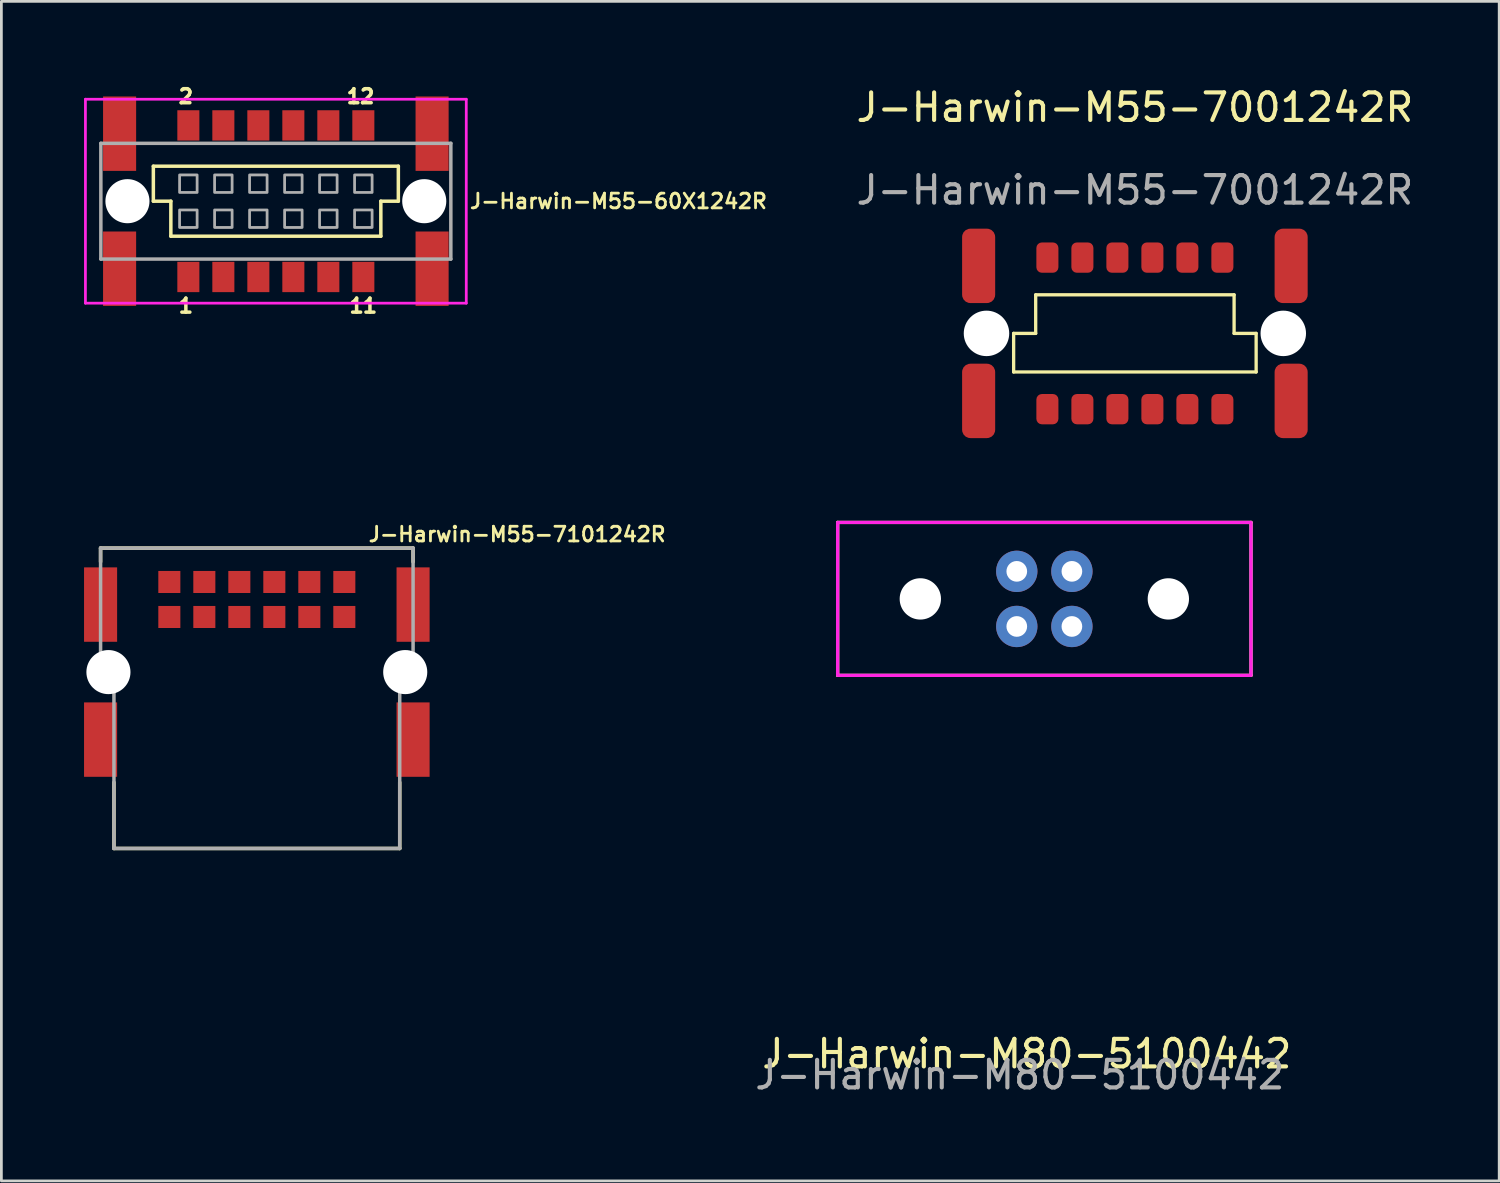
<source format=kicad_pcb>
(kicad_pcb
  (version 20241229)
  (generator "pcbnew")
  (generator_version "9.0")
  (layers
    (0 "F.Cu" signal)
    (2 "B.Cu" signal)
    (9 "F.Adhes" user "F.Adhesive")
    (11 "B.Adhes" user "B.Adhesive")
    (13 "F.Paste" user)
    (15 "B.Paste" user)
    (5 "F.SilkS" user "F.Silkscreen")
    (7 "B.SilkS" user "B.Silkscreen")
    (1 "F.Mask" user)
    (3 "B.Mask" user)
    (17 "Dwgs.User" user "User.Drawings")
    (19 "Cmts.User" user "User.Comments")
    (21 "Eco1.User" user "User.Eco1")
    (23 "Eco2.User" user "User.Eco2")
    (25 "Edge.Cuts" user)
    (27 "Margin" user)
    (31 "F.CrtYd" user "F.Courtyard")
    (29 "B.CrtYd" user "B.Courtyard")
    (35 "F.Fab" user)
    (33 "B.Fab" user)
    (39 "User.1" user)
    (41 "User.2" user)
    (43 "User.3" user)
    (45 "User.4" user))
  (footprint "J-Harwin-M55-7101242R"
    (layer "F.Cu")
    (at 6.27 21.339)
    (property "Reference" "J-Harwin-M55-7101242R" (at 4 -5 0) (layer "F.SilkS") (effects (font (size 0.533 0.533) (thickness 0.102)) (justify left)))
    (fp_line (start -5.67 -4.5) (end -5.67 -4) (stroke (width 0.127) (type solid)) (layer "F.SilkS"))
    (fp_line (start -5.185 6.4) (end -5.185 4) (stroke (width 0.127) (type solid)) (layer "F.SilkS"))
    (fp_line (start 5.185 6.4) (end -5.185 6.4) (stroke (width 0.127) (type solid)) (layer "F.SilkS"))
    (fp_line (start 5.185 6.4) (end 5.185 4) (stroke (width 0.127) (type solid)) (layer "F.SilkS"))
    (fp_line (start 5.67 -4.5) (end -5.67 -4.5) (stroke (width 0.127) (type solid)) (layer "F.SilkS"))
    (fp_line (start 5.67 -4) (end 5.67 -4.5) (stroke (width 0.127) (type solid)) (layer "F.SilkS"))
    (fp_line (start -5.67 -4.5) (end -5.67 0) (stroke (width 0.127) (type solid)) (layer "F.Fab"))
    (fp_line (start -5.67 0) (end -5.185 0) (stroke (width 0.127) (type solid)) (layer "F.Fab"))
    (fp_line (start -5.185 6.4) (end -5.185 0) (stroke (width 0.127) (type solid)) (layer "F.Fab"))
    (fp_line (start 5.185 0) (end 5.185 6.4) (stroke (width 0.127) (type solid)) (layer "F.Fab"))
    (fp_line (start 5.185 0) (end 5.67 0) (stroke (width 0.127) (type solid)) (layer "F.Fab"))
    (fp_line (start 5.185 6.4) (end -5.185 6.4) (stroke (width 0.127) (type solid)) (layer "F.Fab"))
    (fp_line (start 5.67 -4.5) (end -5.67 -4.5) (stroke (width 0.127) (type solid)) (layer "F.Fab"))
    (fp_line (start 5.67 0) (end 5.67 -4.5) (stroke (width 0.127) (type solid)) (layer "F.Fab"))
    (pad "" np_thru_hole circle (at -5.385 0) (size 1.6 1.6) (drill 1.6) (layers "*.Cu" "*.Mask"))
    (pad "" np_thru_hole circle (at 5.385 0) (size 1.6 1.6) (drill 1.6) (layers "*.Cu" "*.Mask"))
    (pad "1" smd rect (at 3.175 -2) (size 0.8 0.8) (layers "F.Cu" "F.Mask" "F.Paste"))
    (pad "2" smd rect (at 3.175 -3.27) (size 0.8 0.8) (layers "F.Cu" "F.Mask" "F.Paste"))
    (pad "3" smd rect (at 1.905 -2) (size 0.8 0.8) (layers "F.Cu" "F.Mask" "F.Paste"))
    (pad "4" smd rect (at 1.905 -3.27) (size 0.8 0.8) (layers "F.Cu" "F.Mask" "F.Paste"))
    (pad "5" smd rect (at 0.635 -2) (size 0.8 0.8) (layers "F.Cu" "F.Mask" "F.Paste"))
    (pad "6" smd rect (at 0.635 -3.27) (size 0.8 0.8) (layers "F.Cu" "F.Mask" "F.Paste"))
    (pad "7" smd rect (at -0.635 -2) (size 0.8 0.8) (layers "F.Cu" "F.Mask" "F.Paste"))
    (pad "8" smd rect (at -0.635 -3.27) (size 0.8 0.8) (layers "F.Cu" "F.Mask" "F.Paste"))
    (pad "9" smd rect (at -1.905 -2) (size 0.8 0.8) (layers "F.Cu" "F.Mask" "F.Paste"))
    (pad "10" smd rect (at -1.905 -3.27) (size 0.8 0.8) (layers "F.Cu" "F.Mask" "F.Paste"))
    (pad "11" smd rect (at -3.175 -2) (size 0.8 0.8) (layers "F.Cu" "F.Mask" "F.Paste"))
    (pad "12" smd rect (at -3.175 -3.27) (size 0.8 0.8) (layers "F.Cu" "F.Mask" "F.Paste"))
    (pad "SH" smd rect (at -5.67 -2.45) (size 1.2 2.7) (layers "F.Cu" "F.Mask" "F.Paste"))
    (pad "SH" smd rect (at -5.67 2.45) (size 1.2 2.7) (layers "F.Cu" "F.Mask" "F.Paste"))
    (pad "SH" smd rect (at 5.67 -2.45) (size 1.2 2.7) (layers "F.Cu" "F.Mask" "F.Paste"))
    (pad "SH" smd rect (at 5.67 2.45) (size 1.2 2.7) (layers "F.Cu" "F.Mask" "F.Paste")))
  (footprint "J-Harwin-M55-7001242R"
    (layer "F.Cu")
    (at 38.133 9.048)
    (property "Reference" "J-Harwin-M55-7001242R" (at 0 -8.2 0) (unlocked yes) (layer "F.SilkS") (effects (font (size 1 1) (thickness 0.15))))
    (attr smd)
    (fp_line (start -4.4 0) (end -4.4 1.4) (stroke (width 0.12) (type default)) (layer "F.SilkS"))
    (fp_line (start -3.6 -1.4) (end -3.6 0) (stroke (width 0.12) (type default)) (layer "F.SilkS"))
    (fp_line (start -3.6 0) (end -4.4 0) (stroke (width 0.12) (type default)) (layer "F.SilkS"))
    (fp_line (start 3.6 -1.4) (end -3.6 -1.4) (stroke (width 0.12) (type default)) (layer "F.SilkS"))
    (fp_line (start 3.6 0) (end 3.6 -1.4) (stroke (width 0.12) (type default)) (layer "F.SilkS"))
    (fp_line (start 4.4 0) (end 3.6 0) (stroke (width 0.12) (type default)) (layer "F.SilkS"))
    (fp_line (start 4.4 1.4) (end -4.4 1.4) (stroke (width 0.12) (type default)) (layer "F.SilkS"))
    (fp_line (start 4.4 1.4) (end 4.4 0) (stroke (width 0.12) (type default)) (layer "F.SilkS"))
    (fp_text user "${REFERENCE}" (at 0 -5.2 0) (unlocked yes) (layer "F.Fab") (effects (font (size 1 1) (thickness 0.15))))
    (pad "" np_thru_hole circle (at -5.385 0) (size 1.65 1.65) (drill 1.65) (layers "*.Cu" "*.Mask"))
    (pad "" np_thru_hole circle (at 5.385 0) (size 1.65 1.65) (drill 1.65) (layers "*.Cu" "*.Mask"))
    (pad "1" smd roundrect (at -3.175 -2.75) (size 0.8 1.1) (layers "F.Cu" "F.Mask" "F.Paste") (roundrect_rratio 0.25))
    (pad "2" smd roundrect (at -3.175 2.75) (size 0.8 1.1) (layers "F.Cu" "F.Mask" "F.Paste") (roundrect_rratio 0.25))
    (pad "3" smd roundrect (at -1.905 -2.75) (size 0.8 1.1) (layers "F.Cu" "F.Mask" "F.Paste") (roundrect_rratio 0.25))
    (pad "4" smd roundrect (at -1.905 2.75) (size 0.8 1.1) (layers "F.Cu" "F.Mask" "F.Paste") (roundrect_rratio 0.25))
    (pad "5" smd roundrect (at -0.635 -2.75) (size 0.8 1.1) (layers "F.Cu" "F.Mask" "F.Paste") (roundrect_rratio 0.25))
    (pad "6" smd roundrect (at -0.635 2.75) (size 0.8 1.1) (layers "F.Cu" "F.Mask" "F.Paste") (roundrect_rratio 0.25))
    (pad "7" smd roundrect (at 0.635 -2.75) (size 0.8 1.1) (layers "F.Cu" "F.Mask" "F.Paste") (roundrect_rratio 0.25))
    (pad "8" smd roundrect (at 0.635 2.75) (size 0.8 1.1) (layers "F.Cu" "F.Mask" "F.Paste") (roundrect_rratio 0.25))
    (pad "9" smd roundrect (at 1.905 -2.75) (size 0.8 1.1) (layers "F.Cu" "F.Mask" "F.Paste") (roundrect_rratio 0.25))
    (pad "10" smd roundrect (at 1.905 2.75) (size 0.8 1.1) (layers "F.Cu" "F.Mask" "F.Paste") (roundrect_rratio 0.25))
    (pad "11" smd roundrect (at 3.175 -2.75) (size 0.8 1.1) (layers "F.Cu" "F.Mask" "F.Paste") (roundrect_rratio 0.25))
    (pad "12" smd roundrect (at 3.175 2.75) (size 0.8 1.1) (layers "F.Cu" "F.Mask" "F.Paste") (roundrect_rratio 0.25))
    (pad "SH" smd roundrect (at -5.67 -2.45) (size 1.2 2.7) (layers "F.Cu" "F.Mask" "F.Paste") (roundrect_rratio 0.25))
    (pad "SH" smd roundrect (at -5.67 2.45) (size 1.2 2.7) (layers "F.Cu" "F.Mask" "F.Paste") (roundrect_rratio 0.25))
    (pad "SH" smd roundrect (at 5.67 -2.45) (size 1.2 2.7) (layers "F.Cu" "F.Mask" "F.Paste") (roundrect_rratio 0.25))
    (pad "SH" smd roundrect (at 5.67 2.45) (size 1.2 2.7) (layers "F.Cu" "F.Mask" "F.Paste") (roundrect_rratio 0.25)))
  (footprint "J-Harwin-M80-5100442"
    (layer "F.Cu")
    (at 34.847 18.683)
    (property "Reference" "J-Harwin-M80-5100442" (at -0.635 16.51 0) (unlocked yes) (layer "F.SilkS") (effects (font (size 1 1) (thickness 0.15))))
    (attr through_hole)
    (fp_line (start -7.5 -2.775) (end -7.5 2.775) (stroke (width 0.12) (type default)) (layer "F.SilkS"))
    (fp_line (start -7.5 -2.775) (end 7.5 -2.775) (stroke (width 0.12) (type default)) (layer "F.SilkS"))
    (fp_line (start -7.5 2.775) (end 7.5 2.775) (stroke (width 0.12) (type default)) (layer "F.SilkS"))
    (fp_line (start 7.5 -2.775) (end 7.5 2.775) (stroke (width 0.12) (type default)) (layer "F.SilkS"))
    (fp_rect (start -7.5 -2.775) (end 7.5 2.775) (stroke (width 0.12) (type default)) (fill no) (layer "F.CrtYd"))
    (fp_text user "${REFERENCE}" (at -0.889 17.272 0) (unlocked yes) (layer "F.Fab") (effects (font (size 1 1) (thickness 0.15))))
    (pad "" np_thru_hole circle (at -4.5 0) (size 1.5 1.5) (drill 2.5) (layers "*.Cu" "*.Mask"))
    (pad "" np_thru_hole circle (at 4.5 0) (size 1.5 1.5) (drill 2.5) (layers "*.Cu" "*.Mask"))
    (pad "1" thru_hole circle (at 1 -1) (size 1.5 1.5) (drill 0.75) (layers "*.Cu" "*.Mask"))
    (pad "2" thru_hole circle (at -1 -1) (size 1.5 1.5) (drill 0.75) (layers "*.Cu" "*.Mask"))
    (pad "3" thru_hole circle (at 1 1) (size 1.5 1.5) (drill 0.75) (layers "*.Cu" "*.Mask"))
    (pad "4" thru_hole circle (at -1 1) (size 1.5 1.5) (drill 0.75) (layers "*.Cu" "*.Mask")))
  (footprint "J-Harwin-M55-60X1242R"
    (layer "F.Cu")
    (at 6.96 4.251)
    (property "Reference" "J-Harwin-M55-60X1242R" (at 6.985 0 0) (layer "F.SilkS") (effects (font (size 0.533 0.533) (thickness 0.102)) (justify left)))
    (fp_line (start -4.445 -1.27) (end -4.445 0) (stroke (width 0.127) (type solid)) (layer "F.SilkS"))
    (fp_line (start -4.445 0) (end -3.81 0) (stroke (width 0.127) (type solid)) (layer "F.SilkS"))
    (fp_line (start -3.81 0) (end -3.81 1.27) (stroke (width 0.127) (type solid)) (layer "F.SilkS"))
    (fp_line (start -3.81 1.27) (end 3.81 1.27) (stroke (width 0.127) (type solid)) (layer "F.SilkS"))
    (fp_line (start 3.81 0) (end 4.445 0) (stroke (width 0.127) (type solid)) (layer "F.SilkS"))
    (fp_line (start 3.81 1.27) (end 3.81 0) (stroke (width 0.127) (type solid)) (layer "F.SilkS"))
    (fp_line (start 4.445 -1.27) (end -4.445 -1.27) (stroke (width 0.127) (type solid)) (layer "F.SilkS"))
    (fp_line (start 4.445 0) (end 4.445 -1.27) (stroke (width 0.127) (type solid)) (layer "F.SilkS"))
    (fp_line (start -6.91 -3.7) (end 6.91 -3.7) (stroke (width 0.1) (type solid)) (layer "F.CrtYd"))
    (fp_line (start -6.91 3.7) (end -6.91 -3.7) (stroke (width 0.1) (type solid)) (layer "F.CrtYd"))
    (fp_line (start 6.91 -3.7) (end 6.91 3.7) (stroke (width 0.1) (type solid)) (layer "F.CrtYd"))
    (fp_line (start 6.91 3.7) (end -6.91 3.7) (stroke (width 0.1) (type solid)) (layer "F.CrtYd"))
    (fp_line (start -6.35 2.1) (end -6.35 -2.1) (stroke (width 0.127) (type solid)) (layer "F.Fab"))
    (fp_line (start 6.35 -2.1) (end -6.35 -2.1) (stroke (width 0.127) (type solid)) (layer "F.Fab"))
    (fp_line (start 6.35 -2.1) (end 6.35 2.1) (stroke (width 0.127) (type solid)) (layer "F.Fab"))
    (fp_line (start 6.35 2.1) (end -6.35 2.1) (stroke (width 0.127) (type solid)) (layer "F.Fab"))
    (fp_poly (pts (xy -3.493 -0.318) (xy -2.857 -0.318) (xy -2.857 -0.953) (xy -3.493 -0.953)) (stroke (width 0.1) (type solid)) (fill no) (layer "F.Fab"))
    (fp_poly (pts (xy -3.493 0.953) (xy -2.857 0.953) (xy -2.857 0.318) (xy -3.493 0.318)) (stroke (width 0.1) (type solid)) (fill no) (layer "F.Fab"))
    (fp_poly (pts (xy -2.223 -0.318) (xy -1.587 -0.318) (xy -1.587 -0.953) (xy -2.223 -0.953)) (stroke (width 0.1) (type solid)) (fill no) (layer "F.Fab"))
    (fp_poly (pts (xy -2.223 0.953) (xy -1.587 0.953) (xy -1.587 0.318) (xy -2.223 0.318)) (stroke (width 0.1) (type solid)) (fill no) (layer "F.Fab"))
    (fp_poly (pts (xy -0.953 -0.318) (xy -0.318 -0.318) (xy -0.318 -0.953) (xy -0.953 -0.953)) (stroke (width 0.1) (type solid)) (fill no) (layer "F.Fab"))
    (fp_poly (pts (xy -0.953 0.953) (xy -0.318 0.953) (xy -0.318 0.318) (xy -0.953 0.318)) (stroke (width 0.1) (type solid)) (fill no) (layer "F.Fab"))
    (fp_poly (pts (xy 0.318 -0.318) (xy 0.953 -0.318) (xy 0.953 -0.953) (xy 0.318 -0.953)) (stroke (width 0.1) (type solid)) (fill no) (layer "F.Fab"))
    (fp_poly (pts (xy 0.318 0.953) (xy 0.953 0.953) (xy 0.953 0.318) (xy 0.318 0.318)) (stroke (width 0.1) (type solid)) (fill no) (layer "F.Fab"))
    (fp_poly (pts (xy 1.587 -0.318) (xy 2.223 -0.318) (xy 2.223 -0.953) (xy 1.587 -0.953)) (stroke (width 0.1) (type solid)) (fill no) (layer "F.Fab"))
    (fp_poly (pts (xy 1.587 0.953) (xy 2.223 0.953) (xy 2.223 0.318) (xy 1.587 0.318)) (stroke (width 0.1) (type solid)) (fill no) (layer "F.Fab"))
    (fp_poly (pts (xy 2.857 -0.318) (xy 3.493 -0.318) (xy 3.493 -0.953) (xy 2.857 -0.953)) (stroke (width 0.1) (type solid)) (fill no) (layer "F.Fab"))
    (fp_poly (pts (xy 2.857 0.953) (xy 3.493 0.953) (xy 3.493 0.318) (xy 2.857 0.318)) (stroke (width 0.1) (type solid)) (fill no) (layer "F.Fab"))
    (fp_text user "11" (at 3.74 3.5 0) (layer "F.SilkS") (effects (font (size 0.508 0.508) (thickness 0.127)) (justify right top)))
    (fp_text user "12" (at 3.64 -4.1 0) (layer "F.SilkS") (effects (font (size 0.508 0.508) (thickness 0.127)) (justify right top)))
    (fp_text user "2" (at -2.94 -4.1 0) (layer "F.SilkS") (effects (font (size 0.508 0.508) (thickness 0.127)) (justify right top)))
    (fp_text user "1" (at -2.94 3.5 0) (layer "F.SilkS") (effects (font (size 0.508 0.508) (thickness 0.127)) (justify right top)))
    (pad "" np_thru_hole circle (at -5.385 0) (size 1.6 1.6) (drill 1.6) (layers "*.Cu" "*.Mask"))
    (pad "" np_thru_hole circle (at 5.385 0) (size 1.6 1.6) (drill 1.6) (layers "*.Cu" "*.Mask"))
    (pad "1" smd rect (at -3.175 2.75 180) (size 0.8 1.1) (layers "F.Cu" "F.Mask" "F.Paste"))
    (pad "2" smd rect (at -3.175 -2.75 180) (size 0.8 1.1) (layers "F.Cu" "F.Mask" "F.Paste"))
    (pad "3" smd rect (at -1.905 2.75 180) (size 0.8 1.1) (layers "F.Cu" "F.Mask" "F.Paste"))
    (pad "4" smd rect (at -1.905 -2.75 180) (size 0.8 1.1) (layers "F.Cu" "F.Mask" "F.Paste"))
    (pad "5" smd rect (at -0.635 2.75 180) (size 0.8 1.1) (layers "F.Cu" "F.Mask" "F.Paste"))
    (pad "6" smd rect (at -0.635 -2.75 180) (size 0.8 1.1) (layers "F.Cu" "F.Mask" "F.Paste"))
    (pad "7" smd rect (at 0.635 2.75 180) (size 0.8 1.1) (layers "F.Cu" "F.Mask" "F.Paste"))
    (pad "8" smd rect (at 0.635 -2.75 180) (size 0.8 1.1) (layers "F.Cu" "F.Mask" "F.Paste"))
    (pad "9" smd rect (at 1.905 2.75 180) (size 0.8 1.1) (layers "F.Cu" "F.Mask" "F.Paste"))
    (pad "10" smd rect (at 1.905 -2.75 180) (size 0.8 1.1) (layers "F.Cu" "F.Mask" "F.Paste"))
    (pad "11" smd rect (at 3.175 2.75 180) (size 0.8 1.1) (layers "F.Cu" "F.Mask" "F.Paste"))
    (pad "12" smd rect (at 3.175 -2.75 180) (size 0.8 1.1) (layers "F.Cu" "F.Mask" "F.Paste"))
    (pad "MP" smd rect (at -5.67 -2.45 90) (size 2.7 1.2) (layers "F.Cu" "F.Mask" "F.Paste"))
    (pad "MP" smd rect (at -5.67 2.45 90) (size 2.7 1.2) (layers "F.Cu" "F.Mask" "F.Paste"))
    (pad "MP" smd rect (at 5.67 -2.45 90) (size 2.7 1.2) (layers "F.Cu" "F.Mask" "F.Paste"))
    (pad "MP" smd rect (at 5.67 2.45 90) (size 2.7 1.2) (layers "F.Cu" "F.Mask" "F.Paste")))
  (gr_rect
    (start -3 -3)
    (end 51.353 39.803)
    (stroke (width 0.1) (type default))
    (fill no)
    (layer "Edge.Cuts")))
</source>
